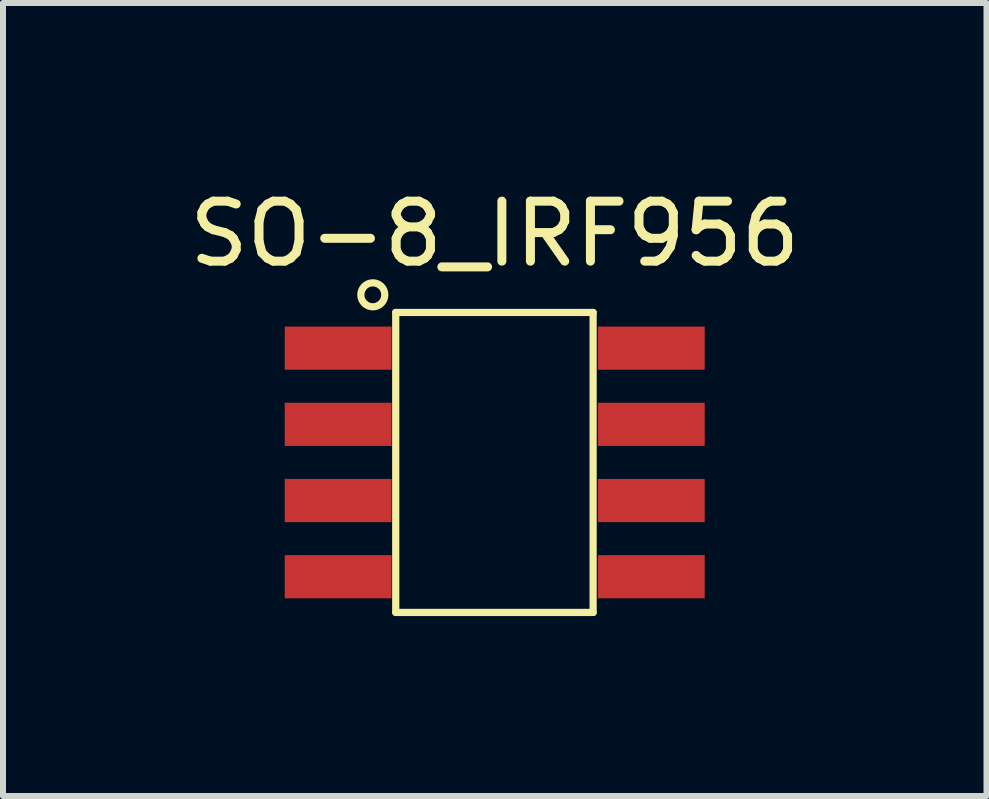
<source format=kicad_pcb>
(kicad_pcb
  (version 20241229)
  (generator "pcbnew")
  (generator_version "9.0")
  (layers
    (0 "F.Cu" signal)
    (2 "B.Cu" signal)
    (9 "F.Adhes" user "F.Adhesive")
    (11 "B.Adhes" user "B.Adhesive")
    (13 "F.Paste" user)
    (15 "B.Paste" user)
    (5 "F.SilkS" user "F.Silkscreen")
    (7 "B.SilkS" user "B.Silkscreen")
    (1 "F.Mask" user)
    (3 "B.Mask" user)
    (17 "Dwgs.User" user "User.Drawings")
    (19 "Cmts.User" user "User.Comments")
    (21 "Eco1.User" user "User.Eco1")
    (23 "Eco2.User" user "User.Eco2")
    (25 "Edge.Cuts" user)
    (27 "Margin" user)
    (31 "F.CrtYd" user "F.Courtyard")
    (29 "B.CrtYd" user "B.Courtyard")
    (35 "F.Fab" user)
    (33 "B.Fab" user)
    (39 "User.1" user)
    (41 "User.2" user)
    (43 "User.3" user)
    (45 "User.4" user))
  (footprint "SO-8_IRF956"
    (layer "F.Cu")
    (at 5.196 4.658)
    (property "Reference" "SO-8_IRF956" (at 0 -3.81 180) (layer "F.SilkS") (effects (font (size 1 1) (thickness 0.15))))
    (attr through_hole)
    (fp_line (start -1.65 -2.5) (end 1.64 -2.5) (stroke (width 0.12) (type solid)) (layer "F.SilkS"))
    (fp_line (start -1.65 2.5) (end -1.65 -2.5) (stroke (width 0.12) (type solid)) (layer "F.SilkS"))
    (fp_line (start -1.65 2.5) (end 1.64 2.5) (stroke (width 0.12) (type solid)) (layer "F.SilkS"))
    (fp_line (start 1.64 2.5) (end 1.64 -2.5) (stroke (width 0.12) (type solid)) (layer "F.SilkS"))
    (fp_circle (center -2.032 -2.794) (end -1.832 -2.794) (stroke (width 0.12) (type solid)) (fill no) (layer "F.SilkS"))
    (pad "1" smd rect (at -2.61 -1.905) (size 1.78 0.72) (layers "F.Cu" "F.Mask" "F.Paste"))
    (pad "2" smd rect (at -2.61 -0.635) (size 1.78 0.72) (layers "F.Cu" "F.Mask" "F.Paste"))
    (pad "3" smd rect (at -2.61 0.635) (size 1.78 0.72) (layers "F.Cu" "F.Mask" "F.Paste"))
    (pad "4" smd rect (at -2.61 1.905) (size 1.78 0.72) (layers "F.Cu" "F.Mask" "F.Paste"))
    (pad "5" smd rect (at 2.61 1.905) (size 1.78 0.72) (layers "F.Cu" "F.Mask" "F.Paste"))
    (pad "6" smd rect (at 2.61 0.635) (size 1.78 0.72) (layers "F.Cu" "F.Mask" "F.Paste"))
    (pad "7" smd rect (at 2.61 -0.635) (size 1.78 0.72) (layers "F.Cu" "F.Mask" "F.Paste"))
    (pad "8" smd rect (at 2.61 -1.905) (size 1.78 0.72) (layers "F.Cu" "F.Mask" "F.Paste")))
  (gr_rect
    (start -3 -3)
    (end 13.393 10.218)
    (stroke (width 0.1) (type default))
    (fill no)
    (layer "Edge.Cuts")))
</source>
